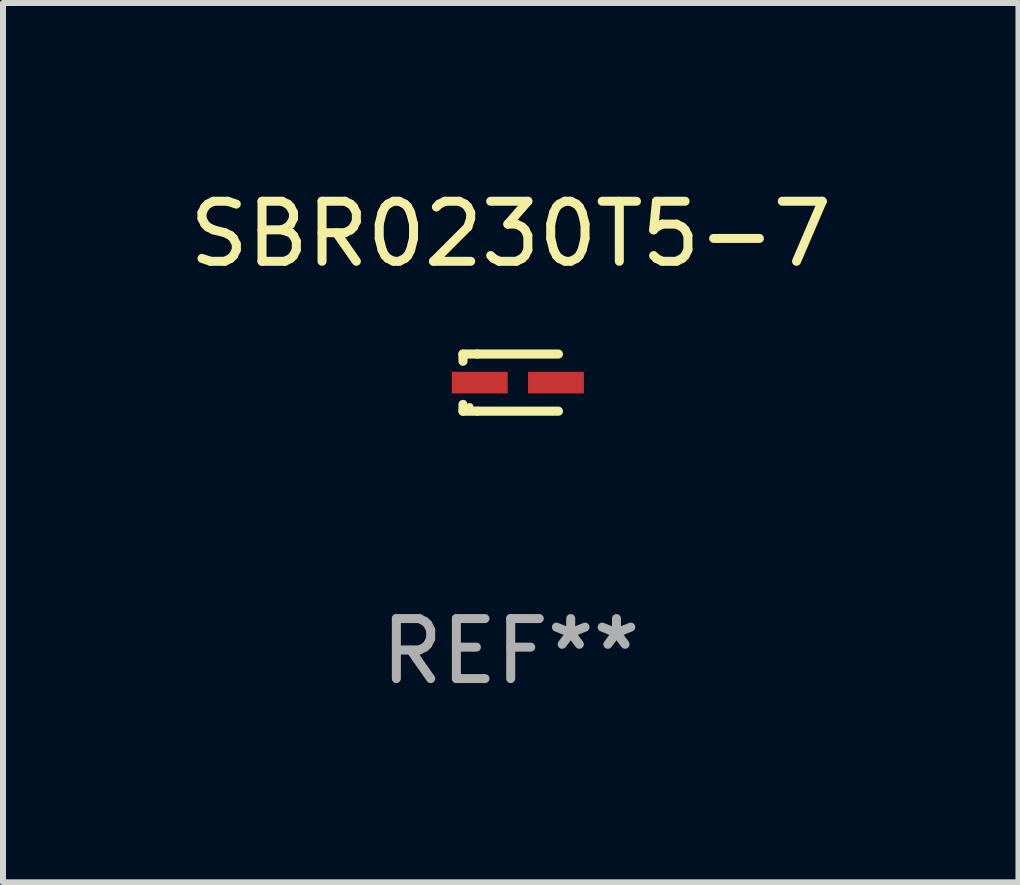
<source format=kicad_pcb>
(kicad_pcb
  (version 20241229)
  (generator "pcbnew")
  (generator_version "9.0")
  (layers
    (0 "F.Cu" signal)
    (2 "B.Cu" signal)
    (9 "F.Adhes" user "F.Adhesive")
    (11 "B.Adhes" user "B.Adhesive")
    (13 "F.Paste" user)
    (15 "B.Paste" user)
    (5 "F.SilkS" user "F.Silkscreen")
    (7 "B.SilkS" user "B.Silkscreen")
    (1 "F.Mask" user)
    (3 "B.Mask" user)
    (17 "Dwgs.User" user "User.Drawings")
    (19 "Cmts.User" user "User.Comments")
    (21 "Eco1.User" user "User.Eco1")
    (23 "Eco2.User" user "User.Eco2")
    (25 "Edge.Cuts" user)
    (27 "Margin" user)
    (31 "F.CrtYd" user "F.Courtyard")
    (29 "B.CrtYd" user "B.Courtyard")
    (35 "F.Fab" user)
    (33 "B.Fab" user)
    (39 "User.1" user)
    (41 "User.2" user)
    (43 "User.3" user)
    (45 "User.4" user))
  (footprint "SBR0230T5-7"
    (layer "F.Cu")
    (at 5.458 3.324)
    (property "Reference" "SBR0230T5-7" (at 0 -2.476 0) (layer "F.SilkS") (effects (font (size 1 1) (thickness 0.15))))
    (attr through_hole)
    (fp_line (start -0.795 -0.476) (end -0.795 -0.356) (stroke (width 0.152) (type solid)) (layer "F.SilkS"))
    (fp_line (start -0.795 0.363) (end -0.795 0.476) (stroke (width 0.152) (type solid)) (layer "F.SilkS"))
    (fp_line (start -0.795 0.476) (end -0.557 0.476) (stroke (width 0.152) (type solid)) (layer "F.SilkS"))
    (fp_line (start -0.557 -0.476) (end -0.795 -0.476) (stroke (width 0.152) (type solid)) (layer "F.SilkS"))
    (fp_line (start -0.557 -0.476) (end 0.795 -0.476) (stroke (width 0.152) (type solid)) (layer "F.SilkS"))
    (fp_line (start -0.557 0.476) (end 0.795 0.476) (stroke (width 0.152) (type solid)) (layer "F.SilkS"))
    (fp_circle (center -0.681 0.4) (end -0.651 0.4) (stroke (width 0.06) (type solid)) (fill no) (layer "F.SilkS"))
    (fp_text user "REF**" (at 0 4.476 0) (layer "F.Fab") (effects (font (size 1 1) (thickness 0.15))))
    (pad "1" smd rect (at -0.516 0 180) (size 0.93 0.36) (layers "F.Cu" "F.Mask" "F.Paste"))
    (pad "2" smd rect (at 0.754 0 180) (size 0.93 0.36) (layers "F.Cu" "F.Mask" "F.Paste")))
  (gr_rect
    (start -3 -3)
    (end 13.917 11.649)
    (stroke (width 0.1) (type default))
    (fill no)
    (layer "Edge.Cuts")))
</source>
